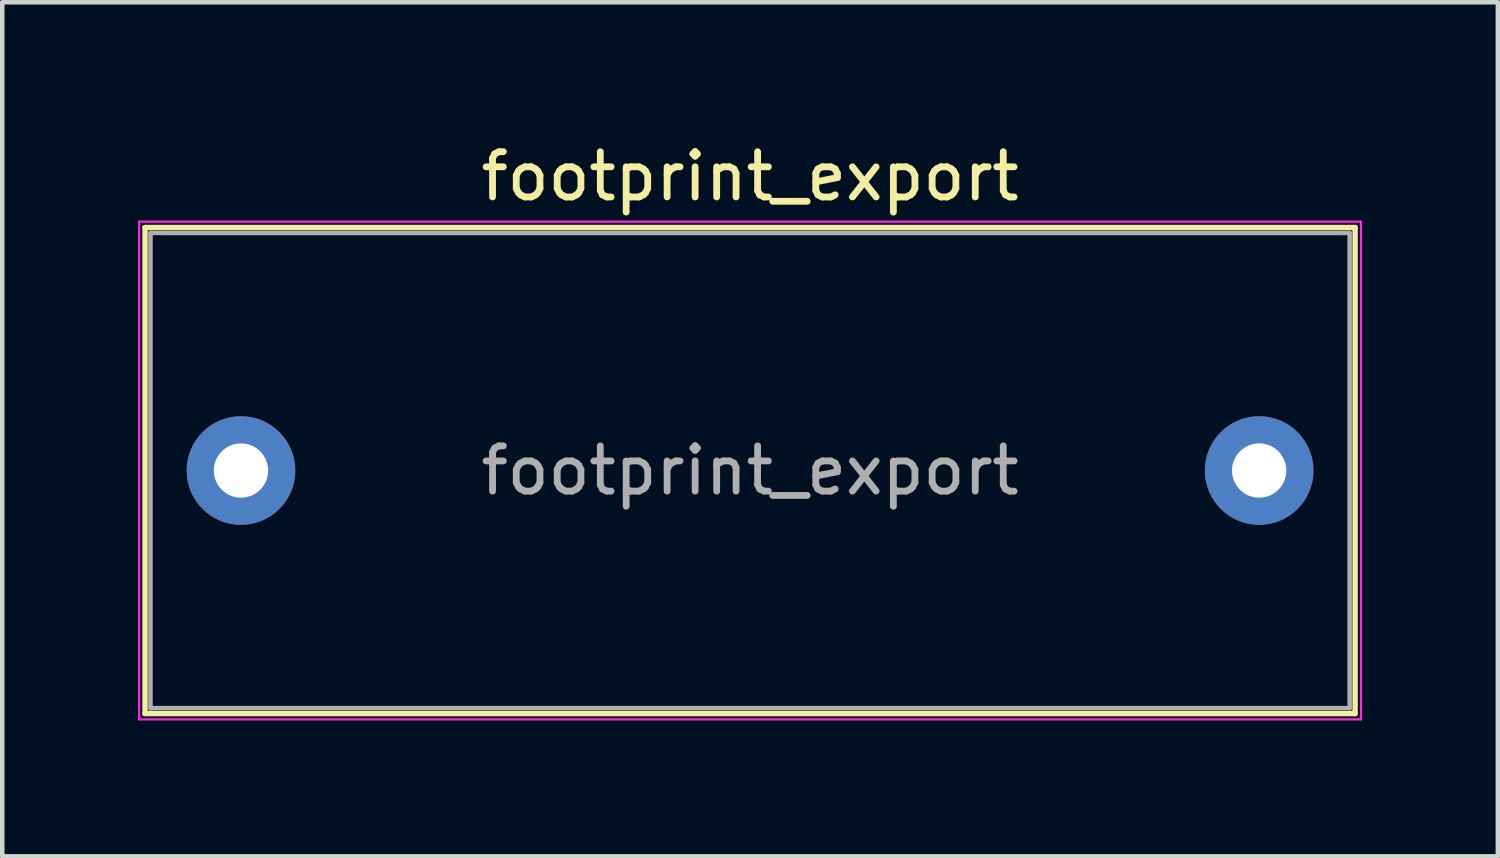
<source format=kicad_pcb>
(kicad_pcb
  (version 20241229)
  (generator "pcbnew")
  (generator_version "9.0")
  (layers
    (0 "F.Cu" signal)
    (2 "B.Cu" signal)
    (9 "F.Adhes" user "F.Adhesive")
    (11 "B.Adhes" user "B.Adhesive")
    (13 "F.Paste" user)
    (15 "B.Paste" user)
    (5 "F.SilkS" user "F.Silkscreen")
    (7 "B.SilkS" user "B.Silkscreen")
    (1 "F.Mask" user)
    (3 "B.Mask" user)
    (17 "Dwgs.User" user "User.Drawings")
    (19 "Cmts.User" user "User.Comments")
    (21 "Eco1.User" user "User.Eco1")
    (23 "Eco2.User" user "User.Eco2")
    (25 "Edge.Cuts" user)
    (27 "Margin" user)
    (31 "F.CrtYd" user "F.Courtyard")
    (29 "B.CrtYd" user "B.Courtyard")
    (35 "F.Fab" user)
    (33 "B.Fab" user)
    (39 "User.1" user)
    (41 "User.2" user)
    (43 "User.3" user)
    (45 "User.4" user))
  (footprint "footprint_export"
    (layer "F.Cu")
    (at 2.275 7.348)
    (property "Reference" "footprint_export" (at 11.25 -6.5 0) (layer "F.SilkS") (effects (font (size 1 1) (thickness 0.15))))
    (attr through_hole)
    (fp_line (start -2.12 -5.37) (end -2.12 5.37) (stroke (width 0.12) (type solid)) (layer "F.SilkS"))
    (fp_line (start -2.12 -5.37) (end 24.62 -5.37) (stroke (width 0.12) (type solid)) (layer "F.SilkS"))
    (fp_line (start -2.12 5.37) (end 24.62 5.37) (stroke (width 0.12) (type solid)) (layer "F.SilkS"))
    (fp_line (start 24.62 -5.37) (end 24.62 5.37) (stroke (width 0.12) (type solid)) (layer "F.SilkS"))
    (fp_line (start -2.25 -5.5) (end -2.25 5.5) (stroke (width 0.05) (type solid)) (layer "F.CrtYd"))
    (fp_line (start -2.25 5.5) (end 24.75 5.5) (stroke (width 0.05) (type solid)) (layer "F.CrtYd"))
    (fp_line (start 24.75 -5.5) (end -2.25 -5.5) (stroke (width 0.05) (type solid)) (layer "F.CrtYd"))
    (fp_line (start 24.75 5.5) (end 24.75 -5.5) (stroke (width 0.05) (type solid)) (layer "F.CrtYd"))
    (fp_line (start -2 -5.25) (end -2 5.25) (stroke (width 0.1) (type solid)) (layer "F.Fab"))
    (fp_line (start -2 5.25) (end 24.5 5.25) (stroke (width 0.1) (type solid)) (layer "F.Fab"))
    (fp_line (start 24.5 -5.25) (end -2 -5.25) (stroke (width 0.1) (type solid)) (layer "F.Fab"))
    (fp_line (start 24.5 5.25) (end 24.5 -5.25) (stroke (width 0.1) (type solid)) (layer "F.Fab"))
    (fp_text user "${REFERENCE}" (at 11.25 0 0) (layer "F.Fab") (effects (font (size 1 1) (thickness 0.15))))
    (pad "1" thru_hole circle (at 0 0) (size 2.4 2.4) (drill 1.2) (layers "*.Cu" "*.Mask"))
    (pad "2" thru_hole circle (at 22.5 0) (size 2.4 2.4) (drill 1.2) (layers "*.Cu" "*.Mask")))
  (gr_rect
    (start -3 -3)
    (end 30.05 15.873)
    (stroke (width 0.1) (type default))
    (fill no)
    (layer "Edge.Cuts")))
</source>
